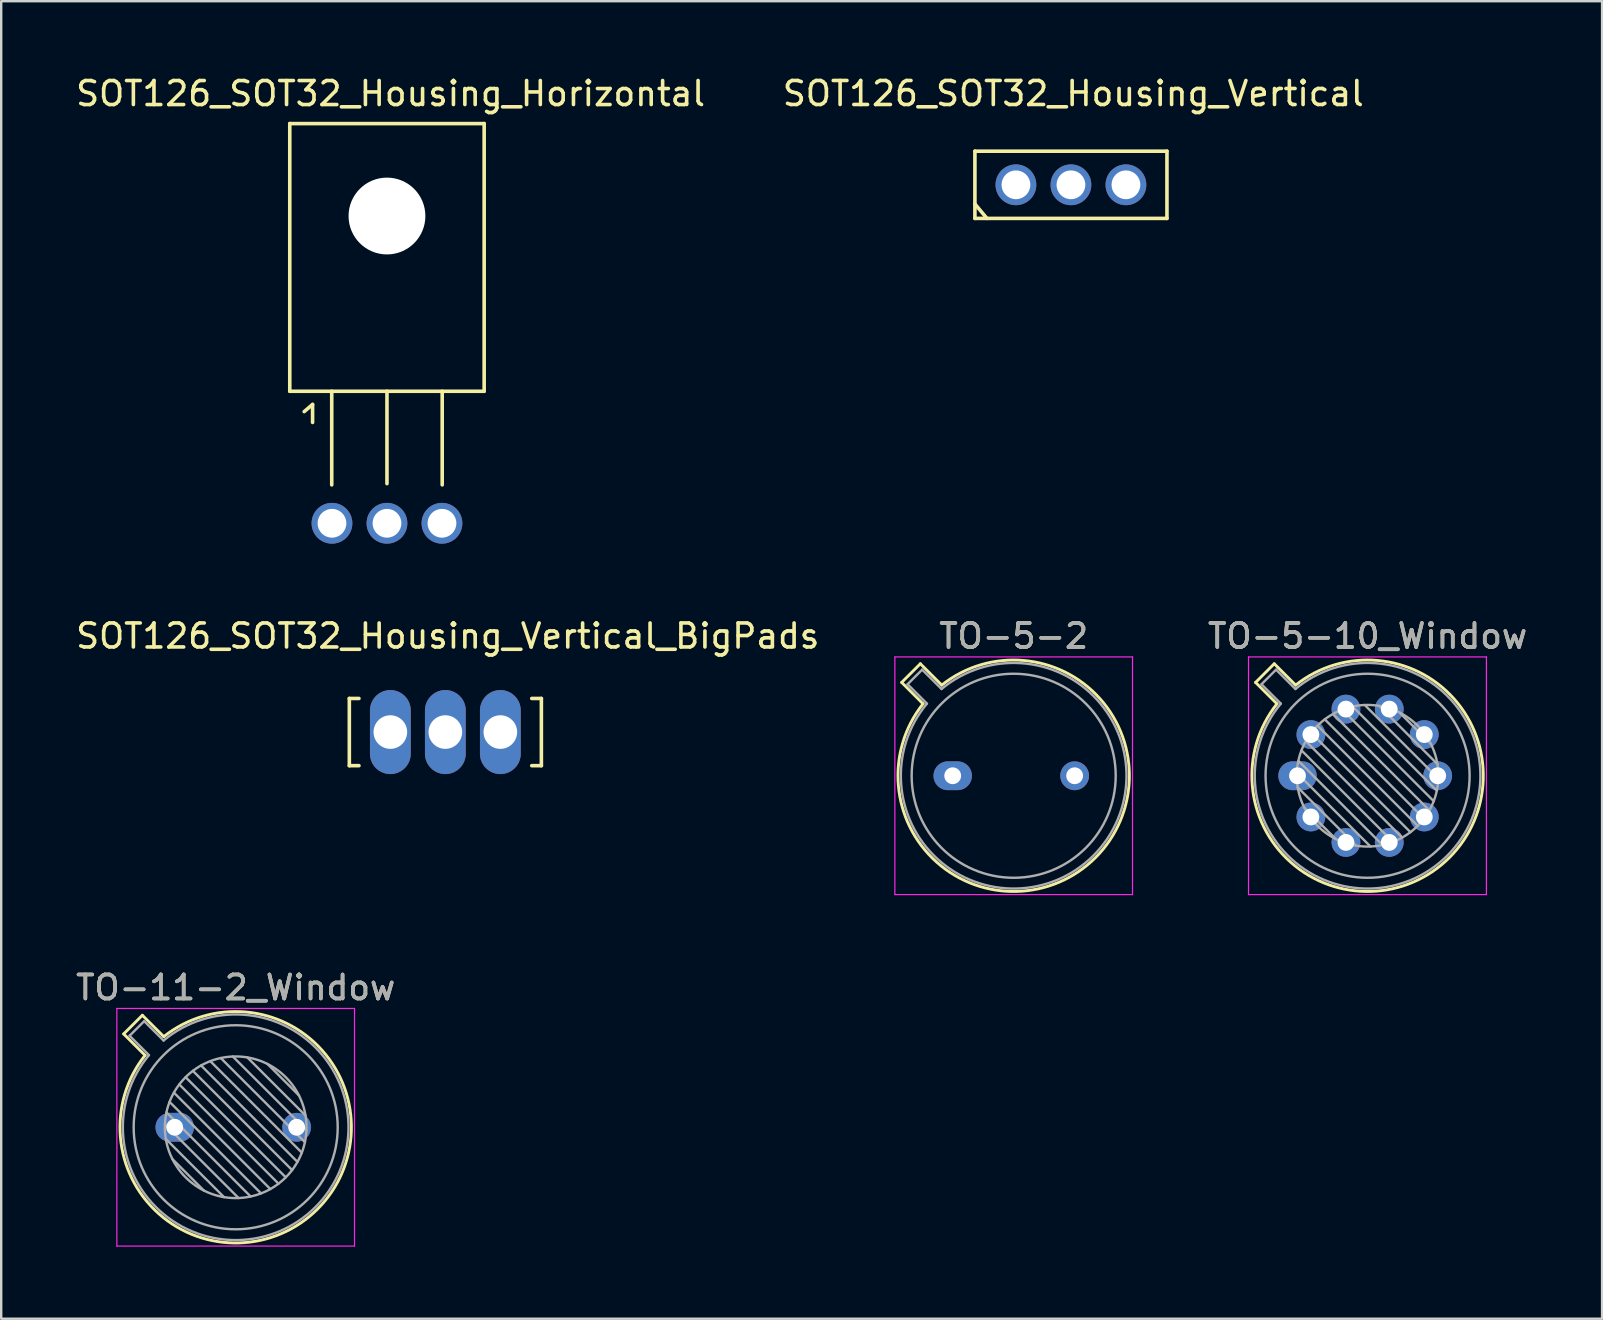
<source format=kicad_pcb>
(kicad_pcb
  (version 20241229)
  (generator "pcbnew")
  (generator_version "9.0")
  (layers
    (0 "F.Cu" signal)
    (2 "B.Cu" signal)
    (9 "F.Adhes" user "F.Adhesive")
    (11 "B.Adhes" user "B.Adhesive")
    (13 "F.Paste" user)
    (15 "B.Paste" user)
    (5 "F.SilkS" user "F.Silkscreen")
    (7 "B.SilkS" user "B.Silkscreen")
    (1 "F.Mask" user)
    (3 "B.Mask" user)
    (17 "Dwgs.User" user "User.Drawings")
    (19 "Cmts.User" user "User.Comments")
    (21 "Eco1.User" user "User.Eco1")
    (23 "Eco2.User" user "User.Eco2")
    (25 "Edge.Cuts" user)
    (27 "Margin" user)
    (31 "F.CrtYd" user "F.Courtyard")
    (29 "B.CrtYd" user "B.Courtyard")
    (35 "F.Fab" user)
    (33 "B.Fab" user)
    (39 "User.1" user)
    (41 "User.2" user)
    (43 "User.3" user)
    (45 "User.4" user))
  (footprint "SOT126_SOT32_Housing_Vertical_BigPads"
    (layer "F.Cu")
    (at 15.502 27.446)
    (property "Reference" "SOT126_SOT32_Housing_Vertical_BigPads" (at 0.099 -4 0) (layer "F.SilkS") (effects (font (size 1 1) (thickness 0.15))))
    (attr through_hole)
    (fp_line (start -4 -1.4) (end -4 1.4) (stroke (width 0.15) (type solid)) (layer "F.SilkS"))
    (fp_line (start -4 -1.4) (end -3.599 -1.4) (stroke (width 0.15) (type solid)) (layer "F.SilkS"))
    (fp_line (start -4 1.4) (end -3.599 1.4) (stroke (width 0.15) (type solid)) (layer "F.SilkS"))
    (fp_line (start 4 -1.4) (end 3.599 -1.4) (stroke (width 0.15) (type solid)) (layer "F.SilkS"))
    (fp_line (start 4 -1.4) (end 4 1.4) (stroke (width 0.15) (type solid)) (layer "F.SilkS"))
    (fp_line (start 4 1.4) (end 3.599 1.4) (stroke (width 0.15) (type solid)) (layer "F.SilkS"))
    (pad "1" thru_hole oval (at -2.291 0) (size 1.699 3.5) (drill 1.4) (layers "*.Cu" "*.Mask"))
    (pad "2" thru_hole oval (at 0 0) (size 1.699 3.5) (drill 1.4) (layers "*.Cu" "*.Mask"))
    (pad "3" thru_hole oval (at 2.291 0) (size 1.699 3.5) (drill 1.4) (layers "*.Cu" "*.Mask")))
  (footprint "TO-5-10_Window"
    (layer "F.Cu")
    (at 51 29.266)
    (property "Reference" "TO-5-10_Window" (at 2.92 -5.82 0) (layer "F.SilkS") (effects (font (size 1 1) (thickness 0.15))))
    (attr through_hole)
    (fp_line (start -1.746 -3.888) (end -0.855 -2.997) (stroke (width 0.12) (type solid)) (layer "F.SilkS"))
    (fp_line (start -0.968 -4.666) (end -1.746 -3.888) (stroke (width 0.12) (type solid)) (layer "F.SilkS"))
    (fp_line (start -0.077 -3.775) (end -0.968 -4.666) (stroke (width 0.12) (type solid)) (layer "F.SilkS"))
    (fp_arc (start -0.077084 -3.774902) (mid 6.328125 3.408384) (end -0.854674 -2.997371) (stroke (width 0.12) (type solid)) (layer "F.SilkS"))
    (fp_line (start -2.04 -4.95) (end -2.04 4.95) (stroke (width 0.05) (type solid)) (layer "F.CrtYd"))
    (fp_line (start -2.04 4.95) (end 7.87 4.95) (stroke (width 0.05) (type solid)) (layer "F.CrtYd"))
    (fp_line (start 7.87 -4.95) (end -2.04 -4.95) (stroke (width 0.05) (type solid)) (layer "F.CrtYd"))
    (fp_line (start 7.87 4.95) (end 7.87 -4.95) (stroke (width 0.05) (type solid)) (layer "F.CrtYd"))
    (fp_line (start -1.5 -3.812) (end -0.694 -3.005) (stroke (width 0.1) (type solid)) (layer "F.Fab"))
    (fp_line (start -0.892 -4.42) (end -1.5 -3.812) (stroke (width 0.1) (type solid)) (layer "F.Fab"))
    (fp_line (start -0.085 -3.614) (end -0.892 -4.42) (stroke (width 0.1) (type solid)) (layer "F.Fab"))
    (fp_line (start -0.028 -0.12) (end 3.04 2.948) (stroke (width 0.1) (type solid)) (layer "F.Fab"))
    (fp_line (start 0.009 0.485) (end 2.435 2.911) (stroke (width 0.1) (type solid)) (layer "F.Fab"))
    (fp_line (start 0.036 -0.622) (end 3.542 2.884) (stroke (width 0.1) (type solid)) (layer "F.Fab"))
    (fp_line (start 0.165 -1.058) (end 3.978 2.755) (stroke (width 0.1) (type solid)) (layer "F.Fab"))
    (fp_line (start 0.283 1.324) (end 1.596 2.637) (stroke (width 0.1) (type solid)) (layer "F.Fab"))
    (fp_line (start 0.346 -1.443) (end 4.363 2.574) (stroke (width 0.1) (type solid)) (layer "F.Fab"))
    (fp_line (start 0.57 -1.784) (end 4.704 2.35) (stroke (width 0.1) (type solid)) (layer "F.Fab"))
    (fp_line (start 0.834 -2.086) (end 5.006 2.086) (stroke (width 0.1) (type solid)) (layer "F.Fab"))
    (fp_line (start 1.136 -2.35) (end 5.27 1.784) (stroke (width 0.1) (type solid)) (layer "F.Fab"))
    (fp_line (start 1.477 -2.574) (end 5.494 1.443) (stroke (width 0.1) (type solid)) (layer "F.Fab"))
    (fp_line (start 1.862 -2.755) (end 5.675 1.058) (stroke (width 0.1) (type solid)) (layer "F.Fab"))
    (fp_line (start 2.298 -2.884) (end 5.804 0.622) (stroke (width 0.1) (type solid)) (layer "F.Fab"))
    (fp_line (start 2.8 -2.948) (end 5.868 0.12) (stroke (width 0.1) (type solid)) (layer "F.Fab"))
    (fp_line (start 3.405 -2.911) (end 5.831 -0.485) (stroke (width 0.1) (type solid)) (layer "F.Fab"))
    (fp_line (start 4.244 -2.637) (end 5.557 -1.324) (stroke (width 0.1) (type solid)) (layer "F.Fab"))
    (fp_arc (start -0.085408 -3.61352) (mid 6.243443 3.323361) (end -0.693594 -3.005319) (stroke (width 0.1) (type solid)) (layer "F.Fab"))
    (fp_circle (center 2.92 0) (end 5.87 0) (stroke (width 0.1) (type solid)) (fill no) (layer "F.Fab"))
    (fp_circle (center 2.92 0) (end 7.17 0) (stroke (width 0.1) (type solid)) (fill no) (layer "F.Fab"))
    (fp_text user "${REFERENCE}" (at 2.92 -5.82 0) (layer "F.Fab") (effects (font (size 1 1) (thickness 0.15))))
    (pad "1" thru_hole oval (at 0 0) (size 1.6 1.2) (drill 0.7) (layers "*.Cu" "*.Mask"))
    (pad "2" thru_hole oval (at 0.558 1.716) (size 1.2 1.2) (drill 0.7) (layers "*.Cu" "*.Mask"))
    (pad "3" thru_hole oval (at 2.018 2.777) (size 1.2 1.2) (drill 0.7) (layers "*.Cu" "*.Mask"))
    (pad "4" thru_hole oval (at 3.822 2.777) (size 1.2 1.2) (drill 0.7) (layers "*.Cu" "*.Mask"))
    (pad "5" thru_hole oval (at 5.282 1.716) (size 1.2 1.2) (drill 0.7) (layers "*.Cu" "*.Mask"))
    (pad "6" thru_hole oval (at 5.84 0) (size 1.2 1.2) (drill 0.7) (layers "*.Cu" "*.Mask"))
    (pad "7" thru_hole oval (at 5.282 -1.716) (size 1.2 1.2) (drill 0.7) (layers "*.Cu" "*.Mask"))
    (pad "8" thru_hole oval (at 3.822 -2.777) (size 1.2 1.2) (drill 0.7) (layers "*.Cu" "*.Mask"))
    (pad "9" thru_hole oval (at 2.018 -2.777) (size 1.2 1.2) (drill 0.7) (layers "*.Cu" "*.Mask"))
    (pad "10" thru_hole oval (at 0.558 -1.716) (size 1.2 1.2) (drill 0.7) (layers "*.Cu" "*.Mask")))
  (footprint "SOT126_SOT32_Housing_Horizontal"
    (layer "F.Cu")
    (at 13.07 18.748)
    (property "Reference" "SOT126_SOT32_Housing_Horizontal" (at 0.15 -17.899 0) (layer "F.SilkS") (effects (font (size 1 1) (thickness 0.15))))
    (attr through_hole)
    (fp_line (start -4.049 -16.65) (end -4.049 -5.499) (stroke (width 0.15) (type solid)) (layer "F.SilkS"))
    (fp_line (start -3.449 -4.651) (end -3.099 -4.95) (stroke (width 0.15) (type solid)) (layer "F.SilkS"))
    (fp_line (start -3.099 -4.95) (end -3.099 -4.201) (stroke (width 0.15) (type solid)) (layer "F.SilkS"))
    (fp_line (start -2.301 -5.499) (end -2.301 -1.6) (stroke (width 0.15) (type solid)) (layer "F.SilkS"))
    (fp_line (start 0 -5.499) (end 0 -1.651) (stroke (width 0.15) (type solid)) (layer "F.SilkS"))
    (fp_line (start 2.301 -5.499) (end 2.301 -1.6) (stroke (width 0.15) (type solid)) (layer "F.SilkS"))
    (fp_line (start 4.049 -16.65) (end -4.049 -16.65) (stroke (width 0.15) (type solid)) (layer "F.SilkS"))
    (fp_line (start 4.049 -5.499) (end -4.049 -5.499) (stroke (width 0.15) (type solid)) (layer "F.SilkS"))
    (fp_line (start 4.049 -5.499) (end 4.049 -16.65) (stroke (width 0.15) (type solid)) (layer "F.SilkS"))
    (pad "" np_thru_hole circle (at 0 -12.799) (size 3.2 3.2) (drill 3.2) (layers "*.Cu" "*.Mask"))
    (pad "1" thru_hole circle (at -2.291 0) (size 1.699 1.699) (drill 1.199) (layers "*.Cu" "*.Mask"))
    (pad "2" thru_hole circle (at 0 0) (size 1.699 1.699) (drill 1.199) (layers "*.Cu" "*.Mask"))
    (pad "3" thru_hole circle (at 2.291 0) (size 1.699 1.699) (drill 1.199) (layers "*.Cu" "*.Mask")))
  (footprint "TO-5-2"
    (layer "F.Cu")
    (at 36.637 29.266)
    (property "Reference" "TO-5-2" (at 2.54 -5.82 0) (layer "F.SilkS") (effects (font (size 1 1) (thickness 0.15))))
    (attr through_hole)
    (fp_line (start -2.126 -3.888) (end -1.235 -2.997) (stroke (width 0.12) (type solid)) (layer "F.SilkS"))
    (fp_line (start -1.348 -4.666) (end -2.126 -3.888) (stroke (width 0.12) (type solid)) (layer "F.SilkS"))
    (fp_line (start -0.457 -3.775) (end -1.348 -4.666) (stroke (width 0.12) (type solid)) (layer "F.SilkS"))
    (fp_arc (start -0.457084 -3.774902) (mid 5.948125 3.408384) (end -1.234674 -2.997371) (stroke (width 0.12) (type solid)) (layer "F.SilkS"))
    (fp_line (start -2.41 -4.95) (end -2.41 4.95) (stroke (width 0.05) (type solid)) (layer "F.CrtYd"))
    (fp_line (start -2.41 4.95) (end 7.49 4.95) (stroke (width 0.05) (type solid)) (layer "F.CrtYd"))
    (fp_line (start 7.49 -4.95) (end -2.41 -4.95) (stroke (width 0.05) (type solid)) (layer "F.CrtYd"))
    (fp_line (start 7.49 4.95) (end 7.49 -4.95) (stroke (width 0.05) (type solid)) (layer "F.CrtYd"))
    (fp_line (start -1.88 -3.812) (end -1.074 -3.005) (stroke (width 0.1) (type solid)) (layer "F.Fab"))
    (fp_line (start -1.272 -4.42) (end -1.88 -3.812) (stroke (width 0.1) (type solid)) (layer "F.Fab"))
    (fp_line (start -0.465 -3.614) (end -1.272 -4.42) (stroke (width 0.1) (type solid)) (layer "F.Fab"))
    (fp_arc (start -0.465408 -3.61352) (mid 5.863443 3.323361) (end -1.073594 -3.005319) (stroke (width 0.1) (type solid)) (layer "F.Fab"))
    (fp_circle (center 2.54 0) (end 6.79 0) (stroke (width 0.1) (type solid)) (fill no) (layer "F.Fab"))
    (fp_text user "${REFERENCE}" (at 2.54 -5.82 0) (layer "F.Fab") (effects (font (size 1 1) (thickness 0.15))))
    (pad "1" thru_hole oval (at 0 0) (size 1.6 1.2) (drill 0.7) (layers "*.Cu" "*.Mask"))
    (pad "2" thru_hole oval (at 5.08 0) (size 1.2 1.2) (drill 0.7) (layers "*.Cu" "*.Mask")))
  (footprint "SOT126_SOT32_Housing_Vertical"
    (layer "F.Cu")
    (at 41.562 4.648)
    (property "Reference" "SOT126_SOT32_Housing_Vertical" (at 0.099 -3.8 0) (layer "F.SilkS") (effects (font (size 1 1) (thickness 0.15))))
    (attr through_hole)
    (fp_line (start -4 -1.4) (end -4 1.4) (stroke (width 0.15) (type solid)) (layer "F.SilkS"))
    (fp_line (start -4 -1.4) (end 4 -1.4) (stroke (width 0.15) (type solid)) (layer "F.SilkS"))
    (fp_line (start -4 0.8) (end -3.5 1.4) (stroke (width 0.15) (type solid)) (layer "F.SilkS"))
    (fp_line (start -4 1.4) (end 4 1.4) (stroke (width 0.15) (type solid)) (layer "F.SilkS"))
    (fp_line (start 4 -1.4) (end 4 1.4) (stroke (width 0.15) (type solid)) (layer "F.SilkS"))
    (pad "1" thru_hole circle (at -2.291 0) (size 1.699 1.699) (drill 1.199) (layers "*.Cu" "*.Mask"))
    (pad "2" thru_hole circle (at 0 0) (size 1.699 1.699) (drill 1.199) (layers "*.Cu" "*.Mask"))
    (pad "3" thru_hole circle (at 2.291 0) (size 1.699 1.699) (drill 1.199) (layers "*.Cu" "*.Mask")))
  (footprint "TO-11-2_Window"
    (layer "F.Cu")
    (at 4.228 43.909)
    (property "Reference" "TO-11-2_Window" (at 2.54 -5.82 0) (layer "F.SilkS") (effects (font (size 1 1) (thickness 0.15))))
    (attr through_hole)
    (fp_line (start -2.126 -3.888) (end -1.235 -2.997) (stroke (width 0.12) (type solid)) (layer "F.SilkS"))
    (fp_line (start -1.348 -4.666) (end -2.126 -3.888) (stroke (width 0.12) (type solid)) (layer "F.SilkS"))
    (fp_line (start -0.457 -3.775) (end -1.348 -4.666) (stroke (width 0.12) (type solid)) (layer "F.SilkS"))
    (fp_arc (start -0.457084 -3.774902) (mid 5.948125 3.408384) (end -1.234674 -2.997371) (stroke (width 0.12) (type solid)) (layer "F.SilkS"))
    (fp_line (start -2.41 -4.95) (end -2.41 4.95) (stroke (width 0.05) (type solid)) (layer "F.CrtYd"))
    (fp_line (start -2.41 4.95) (end 7.49 4.95) (stroke (width 0.05) (type solid)) (layer "F.CrtYd"))
    (fp_line (start 7.49 -4.95) (end -2.41 -4.95) (stroke (width 0.05) (type solid)) (layer "F.CrtYd"))
    (fp_line (start 7.49 4.95) (end 7.49 -4.95) (stroke (width 0.05) (type solid)) (layer "F.CrtYd"))
    (fp_line (start -1.88 -3.812) (end -1.074 -3.005) (stroke (width 0.1) (type solid)) (layer "F.Fab"))
    (fp_line (start -1.272 -4.42) (end -1.88 -3.812) (stroke (width 0.1) (type solid)) (layer "F.Fab"))
    (fp_line (start -0.465 -3.614) (end -1.272 -4.42) (stroke (width 0.1) (type solid)) (layer "F.Fab"))
    (fp_line (start -0.408 -0.12) (end 2.66 2.948) (stroke (width 0.1) (type solid)) (layer "F.Fab"))
    (fp_line (start -0.371 0.485) (end 2.055 2.911) (stroke (width 0.1) (type solid)) (layer "F.Fab"))
    (fp_line (start -0.344 -0.622) (end 3.162 2.884) (stroke (width 0.1) (type solid)) (layer "F.Fab"))
    (fp_line (start -0.215 -1.058) (end 3.598 2.755) (stroke (width 0.1) (type solid)) (layer "F.Fab"))
    (fp_line (start -0.097 1.324) (end 1.216 2.637) (stroke (width 0.1) (type solid)) (layer "F.Fab"))
    (fp_line (start -0.034 -1.443) (end 3.983 2.574) (stroke (width 0.1) (type solid)) (layer "F.Fab"))
    (fp_line (start 0.19 -1.784) (end 4.324 2.35) (stroke (width 0.1) (type solid)) (layer "F.Fab"))
    (fp_line (start 0.454 -2.086) (end 4.626 2.086) (stroke (width 0.1) (type solid)) (layer "F.Fab"))
    (fp_line (start 0.756 -2.35) (end 4.89 1.784) (stroke (width 0.1) (type solid)) (layer "F.Fab"))
    (fp_line (start 1.097 -2.574) (end 5.114 1.443) (stroke (width 0.1) (type solid)) (layer "F.Fab"))
    (fp_line (start 1.482 -2.755) (end 5.295 1.058) (stroke (width 0.1) (type solid)) (layer "F.Fab"))
    (fp_line (start 1.918 -2.884) (end 5.424 0.622) (stroke (width 0.1) (type solid)) (layer "F.Fab"))
    (fp_line (start 2.42 -2.948) (end 5.488 0.12) (stroke (width 0.1) (type solid)) (layer "F.Fab"))
    (fp_line (start 3.025 -2.911) (end 5.451 -0.485) (stroke (width 0.1) (type solid)) (layer "F.Fab"))
    (fp_line (start 3.864 -2.637) (end 5.177 -1.324) (stroke (width 0.1) (type solid)) (layer "F.Fab"))
    (fp_arc (start -0.465408 -3.61352) (mid 5.863443 3.323361) (end -1.073594 -3.005319) (stroke (width 0.1) (type solid)) (layer "F.Fab"))
    (fp_circle (center 2.54 0) (end 5.49 0) (stroke (width 0.1) (type solid)) (fill no) (layer "F.Fab"))
    (fp_circle (center 2.54 0) (end 6.79 0) (stroke (width 0.1) (type solid)) (fill no) (layer "F.Fab"))
    (fp_text user "${REFERENCE}" (at 2.54 -5.82 0) (layer "F.Fab") (effects (font (size 1 1) (thickness 0.15))))
    (pad "1" thru_hole oval (at 0 0) (size 1.6 1.2) (drill 0.7) (layers "*.Cu" "*.Mask"))
    (pad "2" thru_hole oval (at 5.08 0) (size 1.2 1.2) (drill 0.7) (layers "*.Cu" "*.Mask")))
  (gr_rect
    (start -3 -3)
    (end 63.688 51.884)
    (stroke (width 0.1) (type default))
    (fill no)
    (layer "Edge.Cuts")))
</source>
